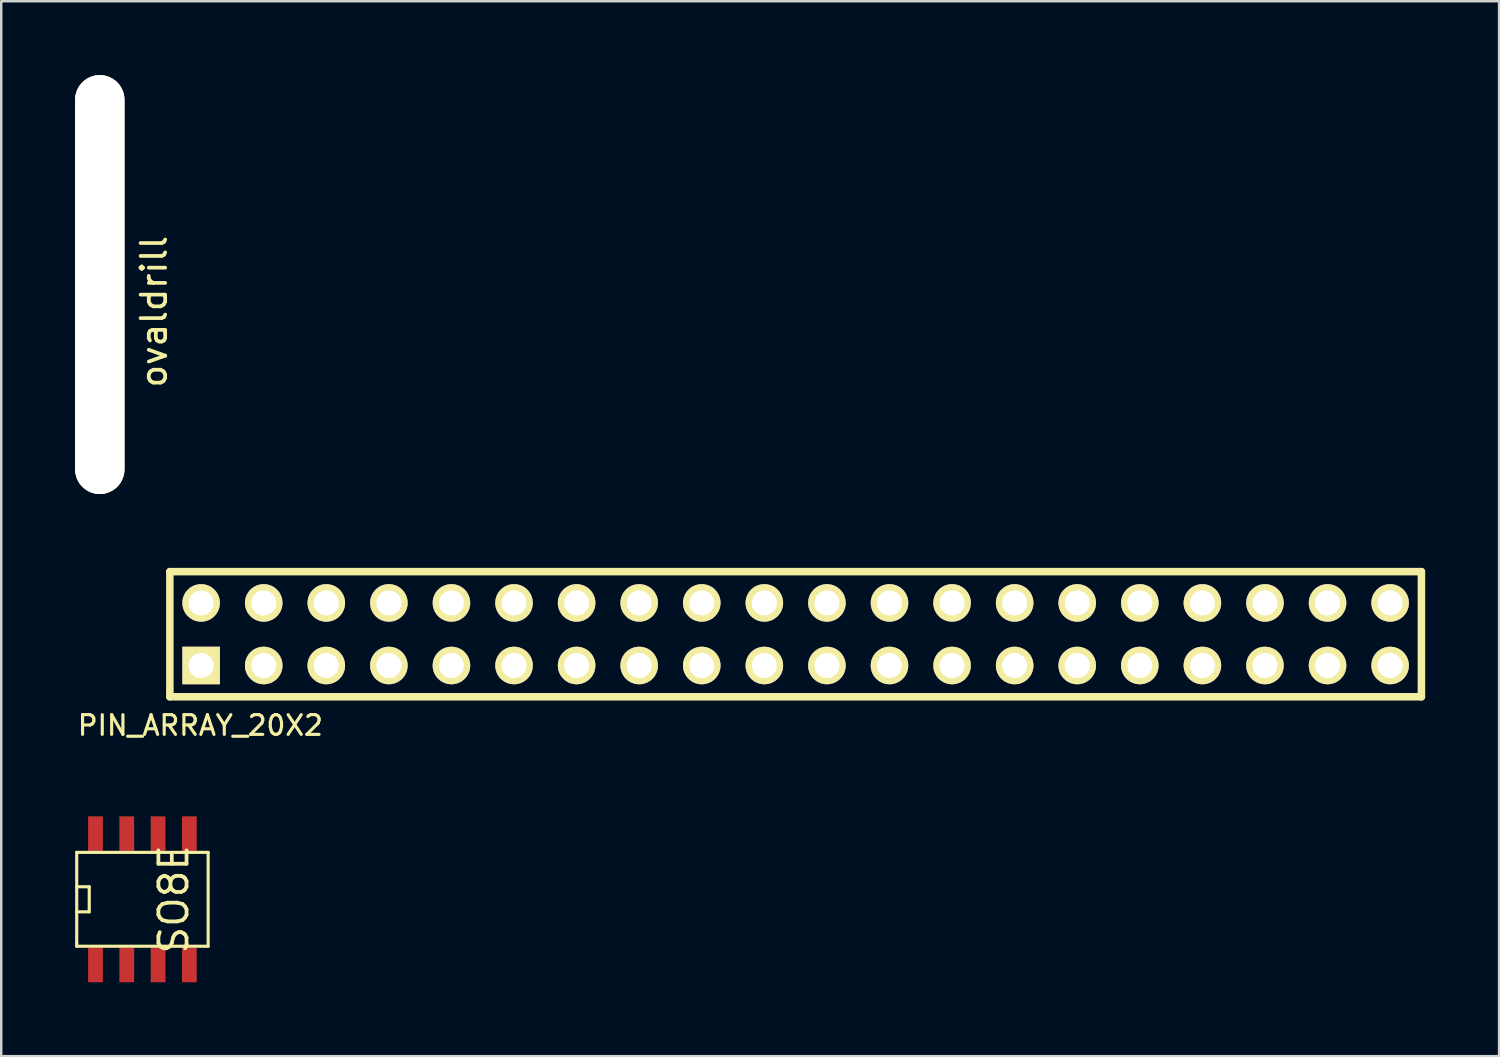
<source format=kicad_pcb>
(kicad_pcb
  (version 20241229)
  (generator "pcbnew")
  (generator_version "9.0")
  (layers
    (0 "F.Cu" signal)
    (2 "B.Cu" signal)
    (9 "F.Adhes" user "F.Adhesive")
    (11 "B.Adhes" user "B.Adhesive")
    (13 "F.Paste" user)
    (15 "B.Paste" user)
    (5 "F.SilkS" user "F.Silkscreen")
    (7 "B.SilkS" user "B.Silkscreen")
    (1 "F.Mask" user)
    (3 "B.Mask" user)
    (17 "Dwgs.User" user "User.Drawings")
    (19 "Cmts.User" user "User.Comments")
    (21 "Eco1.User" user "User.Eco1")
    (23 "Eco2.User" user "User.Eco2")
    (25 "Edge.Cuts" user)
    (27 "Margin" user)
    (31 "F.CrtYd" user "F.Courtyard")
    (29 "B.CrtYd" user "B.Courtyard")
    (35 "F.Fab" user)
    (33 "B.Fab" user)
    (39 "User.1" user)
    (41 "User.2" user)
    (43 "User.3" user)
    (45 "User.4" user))
  (footprint "ovaldrill"
    (layer "F.Cu")
    (at 1 8.5)
    (property "Reference" "ovaldrill" (at 2.2 1.1 90) (layer "F.SilkS") (effects (font (size 1 1) (thickness 0.15))))
    (attr through_hole)
    (pad "1" thru_hole oval (at 0 0) (size 2 17) (drill oval 2 17) (layers "*.Cu" "F.SilkS")))
  (footprint "SO8E"
    (layer "F.Cu")
    (at 2.731 33.452)
    (property "Reference" "SO8E" (at 1.27 0 90) (layer "F.SilkS") (effects (font (size 1.143 1.143) (thickness 0.152))))
    (attr smd)
    (fp_line (start -2.667 -1.905) (end -2.667 1.778) (stroke (width 0.127) (type solid)) (layer "F.SilkS"))
    (fp_line (start -2.667 -0.508) (end -2.159 -0.508) (stroke (width 0.127) (type solid)) (layer "F.SilkS"))
    (fp_line (start -2.667 1.778) (end -2.667 1.905) (stroke (width 0.127) (type solid)) (layer "F.SilkS"))
    (fp_line (start -2.667 1.905) (end 2.667 1.905) (stroke (width 0.127) (type solid)) (layer "F.SilkS"))
    (fp_line (start -2.159 -0.508) (end -2.159 0.508) (stroke (width 0.127) (type solid)) (layer "F.SilkS"))
    (fp_line (start -2.159 0.508) (end -2.667 0.508) (stroke (width 0.127) (type solid)) (layer "F.SilkS"))
    (fp_line (start 2.667 -1.905) (end -2.667 -1.905) (stroke (width 0.127) (type solid)) (layer "F.SilkS"))
    (fp_line (start 2.667 -1.905) (end 2.667 1.905) (stroke (width 0.127) (type solid)) (layer "F.SilkS"))
    (pad "1" smd rect (at -1.905 2.667) (size 0.599 1.4) (layers "F.Cu" "F.Mask" "F.Paste"))
    (pad "2" smd rect (at -0.635 2.667) (size 0.599 1.4) (layers "F.Cu" "F.Mask" "F.Paste"))
    (pad "3" smd rect (at 0.635 2.667) (size 0.599 1.4) (layers "F.Cu" "F.Mask" "F.Paste"))
    (pad "4" smd rect (at 1.905 2.667) (size 0.599 1.4) (layers "F.Cu" "F.Mask" "F.Paste"))
    (pad "5" smd rect (at 1.905 -2.667) (size 0.599 1.4) (layers "F.Cu" "F.Mask" "F.Paste"))
    (pad "6" smd rect (at 0.635 -2.667) (size 0.599 1.4) (layers "F.Cu" "F.Mask" "F.Paste"))
    (pad "7" smd rect (at -0.635 -2.667) (size 0.599 1.4) (layers "F.Cu" "F.Mask" "F.Paste"))
    (pad "8" smd rect (at -1.905 -2.667) (size 0.599 1.4) (layers "F.Cu" "F.Mask" "F.Paste")))
  (footprint "PIN_ARRAY_20X2"
    (layer "F.Cu")
    (at 29.244 22.692)
    (property "Reference" "PIN_ARRAY_20X2" (at -24.162 3.702 0) (layer "F.SilkS") (effects (font (size 0.8 0.8) (thickness 0.127))))
    (attr through_hole)
    (fp_line (start -25.4 -2.54) (end -25.4 2.54) (stroke (width 0.305) (type solid)) (layer "F.SilkS"))
    (fp_line (start 25.4 -2.54) (end -25.4 -2.54) (stroke (width 0.305) (type solid)) (layer "F.SilkS"))
    (fp_line (start 25.4 -2.54) (end 25.4 2.54) (stroke (width 0.305) (type solid)) (layer "F.SilkS"))
    (fp_line (start 25.4 2.54) (end -25.4 2.54) (stroke (width 0.305) (type solid)) (layer "F.SilkS"))
    (pad "1" thru_hole rect (at -24.13 1.27) (size 1.524 1.524) (drill 1.016) (layers "*.Cu" "*.Mask" "F.SilkS"))
    (pad "2" thru_hole circle (at -24.13 -1.27) (size 1.524 1.524) (drill 1.016) (layers "*.Cu" "*.Mask" "F.SilkS"))
    (pad "3" thru_hole circle (at -21.59 1.27) (size 1.524 1.524) (drill 1.016) (layers "*.Cu" "*.Mask" "F.SilkS"))
    (pad "4" thru_hole circle (at -21.59 -1.27) (size 1.524 1.524) (drill 1.016) (layers "*.Cu" "*.Mask" "F.SilkS"))
    (pad "5" thru_hole circle (at -19.05 1.27) (size 1.524 1.524) (drill 1.016) (layers "*.Cu" "*.Mask" "F.SilkS"))
    (pad "6" thru_hole circle (at -19.05 -1.27) (size 1.524 1.524) (drill 1.016) (layers "*.Cu" "*.Mask" "F.SilkS"))
    (pad "7" thru_hole circle (at -16.51 1.27) (size 1.524 1.524) (drill 1.016) (layers "*.Cu" "*.Mask" "F.SilkS"))
    (pad "8" thru_hole circle (at -16.51 -1.27) (size 1.524 1.524) (drill 1.016) (layers "*.Cu" "*.Mask" "F.SilkS"))
    (pad "9" thru_hole circle (at -13.97 1.27) (size 1.524 1.524) (drill 1.016) (layers "*.Cu" "*.Mask" "F.SilkS"))
    (pad "10" thru_hole circle (at -13.97 -1.27) (size 1.524 1.524) (drill 1.016) (layers "*.Cu" "*.Mask" "F.SilkS"))
    (pad "11" thru_hole circle (at -11.43 1.27) (size 1.524 1.524) (drill 1.016) (layers "*.Cu" "*.Mask" "F.SilkS"))
    (pad "12" thru_hole circle (at -11.43 -1.27) (size 1.524 1.524) (drill 1.016) (layers "*.Cu" "*.Mask" "F.SilkS"))
    (pad "13" thru_hole circle (at -8.89 1.27) (size 1.524 1.524) (drill 1.016) (layers "*.Cu" "*.Mask" "F.SilkS"))
    (pad "14" thru_hole circle (at -8.89 -1.27) (size 1.524 1.524) (drill 1.016) (layers "*.Cu" "*.Mask" "F.SilkS"))
    (pad "15" thru_hole circle (at -6.35 1.27) (size 1.524 1.524) (drill 1.016) (layers "*.Cu" "*.Mask" "F.SilkS"))
    (pad "16" thru_hole circle (at -6.35 -1.27) (size 1.524 1.524) (drill 1.016) (layers "*.Cu" "*.Mask" "F.SilkS"))
    (pad "17" thru_hole circle (at -3.81 1.27) (size 1.524 1.524) (drill 1.016) (layers "*.Cu" "*.Mask" "F.SilkS"))
    (pad "18" thru_hole circle (at -3.81 -1.27) (size 1.524 1.524) (drill 1.016) (layers "*.Cu" "*.Mask" "F.SilkS"))
    (pad "19" thru_hole circle (at -1.27 1.27) (size 1.524 1.524) (drill 1.016) (layers "*.Cu" "*.Mask" "F.SilkS"))
    (pad "20" thru_hole circle (at -1.27 -1.27) (size 1.524 1.524) (drill 1.016) (layers "*.Cu" "*.Mask" "F.SilkS"))
    (pad "21" thru_hole circle (at 1.27 1.27) (size 1.524 1.524) (drill 1.016) (layers "*.Cu" "*.Mask" "F.SilkS"))
    (pad "22" thru_hole circle (at 1.27 -1.27) (size 1.524 1.524) (drill 1.016) (layers "*.Cu" "*.Mask" "F.SilkS"))
    (pad "23" thru_hole circle (at 3.81 1.27) (size 1.524 1.524) (drill 1.016) (layers "*.Cu" "*.Mask" "F.SilkS"))
    (pad "24" thru_hole circle (at 3.81 -1.27) (size 1.524 1.524) (drill 1.016) (layers "*.Cu" "*.Mask" "F.SilkS"))
    (pad "25" thru_hole circle (at 6.35 1.27) (size 1.524 1.524) (drill 1.016) (layers "*.Cu" "*.Mask" "F.SilkS"))
    (pad "26" thru_hole circle (at 6.35 -1.27) (size 1.524 1.524) (drill 1.016) (layers "*.Cu" "*.Mask" "F.SilkS"))
    (pad "27" thru_hole circle (at 8.89 1.27) (size 1.524 1.524) (drill 1.016) (layers "*.Cu" "*.Mask" "F.SilkS"))
    (pad "28" thru_hole circle (at 8.89 -1.27) (size 1.524 1.524) (drill 1.016) (layers "*.Cu" "*.Mask" "F.SilkS"))
    (pad "29" thru_hole circle (at 11.43 1.27) (size 1.524 1.524) (drill 1.016) (layers "*.Cu" "*.Mask" "F.SilkS"))
    (pad "30" thru_hole circle (at 11.43 -1.27) (size 1.524 1.524) (drill 1.016) (layers "*.Cu" "*.Mask" "F.SilkS"))
    (pad "31" thru_hole circle (at 13.97 1.27) (size 1.524 1.524) (drill 1.016) (layers "*.Cu" "*.Mask" "F.SilkS"))
    (pad "32" thru_hole circle (at 13.97 -1.27) (size 1.524 1.524) (drill 1.016) (layers "*.Cu" "*.Mask" "F.SilkS"))
    (pad "33" thru_hole circle (at 16.51 1.27) (size 1.524 1.524) (drill 1.016) (layers "*.Cu" "*.Mask" "F.SilkS"))
    (pad "34" thru_hole circle (at 16.51 -1.27) (size 1.524 1.524) (drill 1.016) (layers "*.Cu" "*.Mask" "F.SilkS"))
    (pad "35" thru_hole circle (at 19.05 1.27) (size 1.524 1.524) (drill 1.016) (layers "*.Cu" "*.Mask" "F.SilkS"))
    (pad "36" thru_hole circle (at 19.05 -1.27) (size 1.524 1.524) (drill 1.016) (layers "*.Cu" "*.Mask" "F.SilkS"))
    (pad "37" thru_hole circle (at 21.59 1.27) (size 1.524 1.524) (drill 1.016) (layers "*.Cu" "*.Mask" "F.SilkS"))
    (pad "38" thru_hole circle (at 21.59 -1.27) (size 1.524 1.524) (drill 1.016) (layers "*.Cu" "*.Mask" "F.SilkS"))
    (pad "39" thru_hole circle (at 24.13 1.27) (size 1.524 1.524) (drill 1.016) (layers "*.Cu" "*.Mask" "F.SilkS"))
    (pad "40" thru_hole circle (at 24.13 -1.27) (size 1.524 1.524) (drill 1.016) (layers "*.Cu" "*.Mask" "F.SilkS")))
  (gr_rect
    (start -3 -3)
    (end 57.796 39.819)
    (stroke (width 0.1) (type default))
    (fill no)
    (layer "Edge.Cuts")))
</source>
